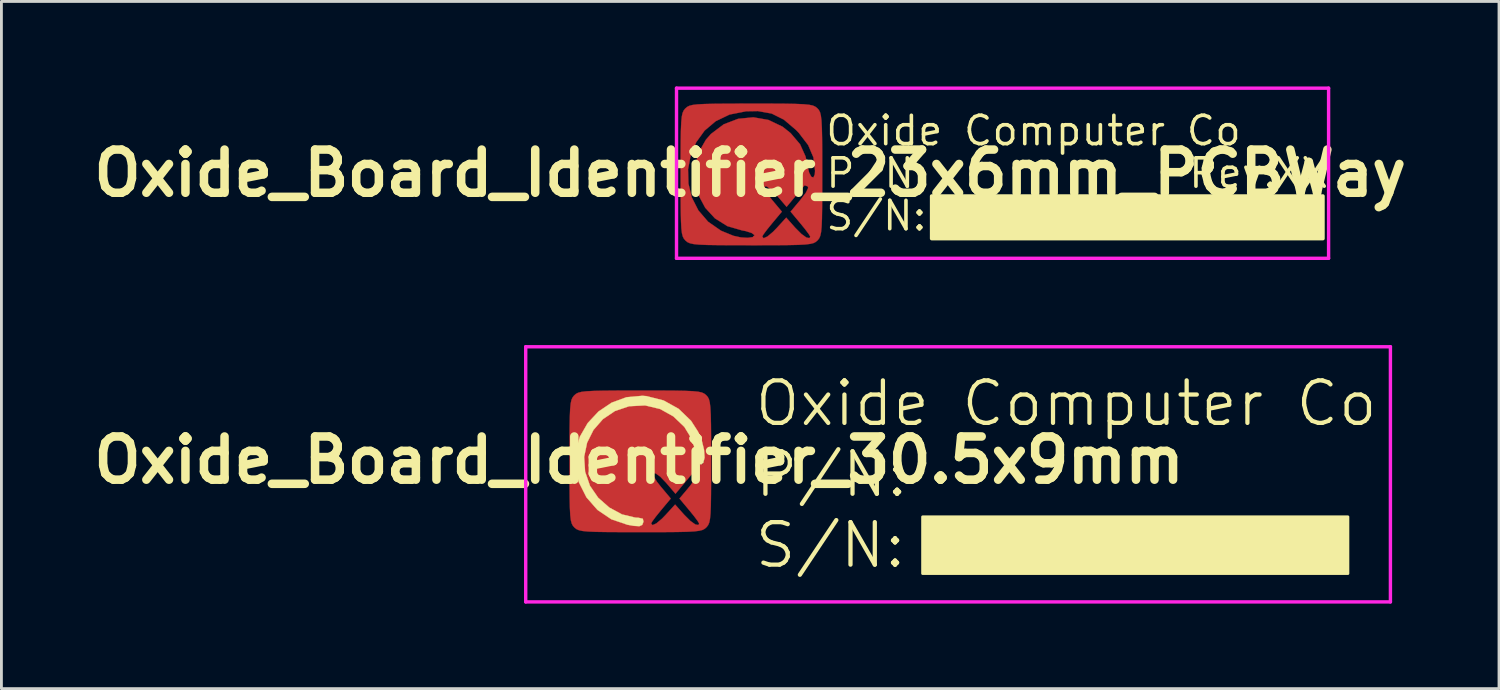
<source format=kicad_pcb>
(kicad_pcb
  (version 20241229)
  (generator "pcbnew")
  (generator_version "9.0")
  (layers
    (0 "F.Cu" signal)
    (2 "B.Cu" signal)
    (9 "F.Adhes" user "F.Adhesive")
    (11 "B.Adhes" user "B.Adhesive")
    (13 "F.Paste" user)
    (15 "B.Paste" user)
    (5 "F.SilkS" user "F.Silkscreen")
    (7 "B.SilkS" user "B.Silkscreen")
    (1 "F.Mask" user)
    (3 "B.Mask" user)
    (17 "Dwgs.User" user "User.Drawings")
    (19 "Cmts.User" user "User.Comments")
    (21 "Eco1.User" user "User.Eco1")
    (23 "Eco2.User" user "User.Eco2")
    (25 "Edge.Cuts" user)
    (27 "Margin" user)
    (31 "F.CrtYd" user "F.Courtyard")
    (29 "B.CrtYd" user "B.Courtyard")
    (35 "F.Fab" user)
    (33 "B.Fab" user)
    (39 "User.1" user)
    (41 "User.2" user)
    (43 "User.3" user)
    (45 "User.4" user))
  (footprint "Oxide_Board_Identifier_23x6mm_PCBWay"
    (layer "F.Cu")
    (at 23.412 3.06)
    (property "Reference" "Oxide_Board_Identifier_23x6mm_PCBWay" (at 0 0 0) (layer "F.SilkS") (effects (font (size 1.524 1.524) (thickness 0.3))))
    (attr exclude_from_pos_files exclude_from_bom)
    (fp_poly (pts (xy 0.705 -2.455) (xy 1.218 -2.452) (xy 1.605 -2.445) (xy 1.884 -2.433) (xy 2.078 -2.414) (xy 2.208 -2.387) (xy 2.293 -2.349) (xy 2.356 -2.301) (xy 2.371 -2.286) (xy 2.423 -2.226) (xy 2.463 -2.148) (xy 2.492 -2.032) (xy 2.513 -1.857) (xy 2.527 -1.601) (xy 2.535 -1.244) (xy 2.539 -0.766) (xy 2.54 -0.144) (xy 2.54 0.042) (xy 2.539 0.705) (xy 2.536 1.218) (xy 2.53 1.605) (xy 2.518 1.884) (xy 2.499 2.078) (xy 2.471 2.208) (xy 2.434 2.293) (xy 2.385 2.356) (xy 2.371 2.371) (xy 2.311 2.423) (xy 2.233 2.463) (xy 2.117 2.492) (xy 1.942 2.513) (xy 1.686 2.527) (xy 1.329 2.535) (xy 0.85 2.539) (xy 0.228 2.54) (xy 0.042 2.54) (xy -0.62 2.539) (xy -1.134 2.536) (xy -1.52 2.53) (xy -1.8 2.518) (xy -1.994 2.499) (xy -2.123 2.471) (xy -2.208 2.434) (xy -2.271 2.385) (xy -2.286 2.371) (xy -2.338 2.311) (xy -2.378 2.233) (xy -2.408 2.117) (xy -2.429 1.942) (xy -2.442 1.686) (xy -2.45 1.329) (xy -2.454 0.85) (xy -2.455 0.228) (xy -2.455 0.042) (xy -2.455 -0.136) (xy -2.193 -0.136) (xy -2.179 0.368) (xy -2.059 0.858) (xy -1.828 1.313) (xy -1.486 1.711) (xy -1.03 2.028) (xy -0.593 2.207) (xy -0.33 2.264) (xy -0.087 2.279) (xy 0.088 2.254) (xy 0.107 2.234) (xy 0.423 2.234) (xy 0.473 2.293) (xy 0.608 2.232) (xy 0.808 2.064) (xy 0.941 1.926) (xy 1.27 1.566) (xy 1.59 1.926) (xy 1.807 2.143) (xy 1.983 2.269) (xy 2.092 2.289) (xy 2.117 2.234) (xy 2.066 2.147) (xy 1.935 1.972) (xy 1.77 1.769) (xy 1.424 1.355) (xy 1.773 0.938) (xy 1.964 0.685) (xy 2.044 0.52) (xy 2.029 0.464) (xy 1.925 0.429) (xy 1.909 0.436) (xy 1.844 0.512) (xy 1.705 0.678) (xy 1.582 0.826) (xy 1.283 1.185) (xy 0.948 0.793) (xy 0.743 0.58) (xy 0.584 0.467) (xy 0.516 0.461) (xy 0.507 0.56) (xy 0.63 0.764) (xy 0.767 0.938) (xy 1.116 1.355) (xy 0.77 1.769) (xy 0.591 1.99) (xy 0.465 2.159) (xy 0.423 2.234) (xy 0.107 2.234) (xy 0.15 2.19) (xy 0.148 2.18) (xy 0.05 2.107) (xy -0.158 2.041) (xy -0.282 2.018) (xy -0.807 1.866) (xy -1.245 1.591) (xy -1.587 1.219) (xy -1.824 0.775) (xy -1.949 0.287) (xy -1.953 -0.22) (xy -1.827 -0.719) (xy -1.562 -1.184) (xy -1.385 -1.385) (xy -0.935 -1.725) (xy -0.425 -1.92) (xy 0.111 -1.972) (xy 0.644 -1.879) (xy 1.141 -1.641) (xy 1.425 -1.414) (xy 1.757 -1.022) (xy 1.952 -0.591) (xy 2.02 -0.269) (xy 2.079 -0.018) (xy 2.156 0.127) (xy 2.23 0.149) (xy 2.278 0.036) (xy 2.286 -0.089) (xy 2.228 -0.561) (xy 2.043 -0.994) (xy 1.715 -1.422) (xy 1.612 -1.529) (xy 1.187 -1.89) (xy 0.756 -2.105) (xy 0.271 -2.192) (xy -0.146 -2.185) (xy -0.729 -2.07) (xy -1.218 -1.835) (xy -1.611 -1.502) (xy -1.906 -1.093) (xy -2.101 -0.63) (xy -2.193 -0.136) (xy -2.455 -0.136) (xy -2.455 -0.62) (xy -2.452 -1.134) (xy -2.445 -1.52) (xy -2.433 -1.8) (xy -2.414 -1.994) (xy -2.387 -2.123) (xy -2.349 -2.208) (xy -2.301 -2.271) (xy -2.286 -2.286) (xy -2.226 -2.338) (xy -2.148 -2.378) (xy -2.032 -2.408) (xy -1.857 -2.429) (xy -1.601 -2.442) (xy -1.244 -2.45) (xy -0.766 -2.454) (xy -0.144 -2.455) (xy 0.042 -2.455) (xy 0.705 -2.455)) (stroke (width 0.01) (type solid)) (fill yes) (layer "F.Cu"))
    (fp_poly (pts (xy 0.705 -2.455) (xy 1.218 -2.452) (xy 1.605 -2.445) (xy 1.884 -2.433) (xy 2.078 -2.414) (xy 2.208 -2.387) (xy 2.293 -2.349) (xy 2.356 -2.301) (xy 2.371 -2.286) (xy 2.423 -2.226) (xy 2.463 -2.148) (xy 2.492 -2.032) (xy 2.513 -1.857) (xy 2.527 -1.601) (xy 2.535 -1.244) (xy 2.539 -0.766) (xy 2.54 -0.144) (xy 2.54 0.042) (xy 2.539 0.705) (xy 2.536 1.218) (xy 2.53 1.605) (xy 2.518 1.884) (xy 2.499 2.078) (xy 2.471 2.208) (xy 2.434 2.293) (xy 2.385 2.356) (xy 2.371 2.371) (xy 2.311 2.423) (xy 2.233 2.463) (xy 2.117 2.492) (xy 1.942 2.513) (xy 1.686 2.527) (xy 1.329 2.535) (xy 0.85 2.539) (xy 0.228 2.54) (xy 0.042 2.54) (xy -0.62 2.539) (xy -1.134 2.536) (xy -1.52 2.53) (xy -1.8 2.518) (xy -1.994 2.499) (xy -2.123 2.471) (xy -2.208 2.434) (xy -2.271 2.385) (xy -2.286 2.371) (xy -2.338 2.311) (xy -2.378 2.233) (xy -2.408 2.117) (xy -2.429 1.942) (xy -2.442 1.686) (xy -2.45 1.329) (xy -2.454 0.85) (xy -2.455 0.228) (xy -2.455 0.042) (xy -2.455 -0.136) (xy -2.193 -0.136) (xy -2.179 0.368) (xy -2.059 0.858) (xy -1.828 1.313) (xy -1.486 1.711) (xy -1.03 2.028) (xy -0.593 2.207) (xy -0.33 2.264) (xy -0.087 2.279) (xy 0.088 2.254) (xy 0.107 2.234) (xy 0.423 2.234) (xy 0.473 2.293) (xy 0.608 2.232) (xy 0.808 2.064) (xy 0.941 1.926) (xy 1.27 1.566) (xy 1.59 1.926) (xy 1.807 2.143) (xy 1.983 2.269) (xy 2.092 2.289) (xy 2.117 2.234) (xy 2.066 2.147) (xy 1.935 1.972) (xy 1.77 1.769) (xy 1.424 1.355) (xy 1.773 0.938) (xy 1.964 0.685) (xy 2.044 0.52) (xy 2.029 0.464) (xy 1.925 0.429) (xy 1.909 0.436) (xy 1.844 0.512) (xy 1.705 0.678) (xy 1.582 0.826) (xy 1.283 1.185) (xy 0.948 0.793) (xy 0.743 0.58) (xy 0.584 0.467) (xy 0.516 0.461) (xy 0.507 0.56) (xy 0.63 0.764) (xy 0.767 0.938) (xy 1.116 1.355) (xy 0.77 1.769) (xy 0.591 1.99) (xy 0.465 2.159) (xy 0.423 2.234) (xy 0.107 2.234) (xy 0.15 2.19) (xy 0.148 2.18) (xy 0.05 2.107) (xy -0.158 2.041) (xy -0.282 2.018) (xy -0.807 1.866) (xy -1.245 1.591) (xy -1.587 1.219) (xy -1.824 0.775) (xy -1.949 0.287) (xy -1.953 -0.22) (xy -1.827 -0.719) (xy -1.562 -1.184) (xy -1.385 -1.385) (xy -0.935 -1.725) (xy -0.425 -1.92) (xy 0.111 -1.972) (xy 0.644 -1.879) (xy 1.141 -1.641) (xy 1.425 -1.414) (xy 1.757 -1.022) (xy 1.952 -0.591) (xy 2.02 -0.269) (xy 2.079 -0.018) (xy 2.156 0.127) (xy 2.23 0.149) (xy 2.278 0.036) (xy 2.286 -0.089) (xy 2.228 -0.561) (xy 2.043 -0.994) (xy 1.715 -1.422) (xy 1.612 -1.529) (xy 1.187 -1.89) (xy 0.756 -2.105) (xy 0.271 -2.192) (xy -0.146 -2.185) (xy -0.729 -2.07) (xy -1.218 -1.835) (xy -1.611 -1.502) (xy -1.906 -1.093) (xy -2.101 -0.63) (xy -2.193 -0.136) (xy -2.455 -0.136) (xy -2.455 -0.62) (xy -2.452 -1.134) (xy -2.445 -1.52) (xy -2.433 -1.8) (xy -2.414 -1.994) (xy -2.387 -2.123) (xy -2.349 -2.208) (xy -2.301 -2.271) (xy -2.286 -2.286) (xy -2.226 -2.338) (xy -2.148 -2.378) (xy -2.032 -2.408) (xy -1.857 -2.429) (xy -1.601 -2.442) (xy -1.244 -2.45) (xy -0.766 -2.454) (xy -0.144 -2.455) (xy 0.042 -2.455) (xy 0.705 -2.455)) (stroke (width 0.01) (type solid)) (fill yes) (layer "F.Mask"))
    (fp_poly (pts (xy 20.2 2.305) (xy 6.4 2.305) (xy 6.4 0.805) (xy 20.2 0.805)) (stroke (width 0.127) (type solid)) (fill yes) (layer "F.SilkS"))
    (fp_line (start -2.6 -3) (end 20.4 -3) (stroke (width 0.12) (type solid)) (layer "F.CrtYd"))
    (fp_line (start -2.6 3) (end -2.6 -3) (stroke (width 0.12) (type solid)) (layer "F.CrtYd"))
    (fp_line (start 20.4 -3) (end 20.4 3) (stroke (width 0.12) (type solid)) (layer "F.CrtYd"))
    (fp_line (start 20.4 3) (end -2.6 3) (stroke (width 0.12) (type solid)) (layer "F.CrtYd"))
    (fp_text user "P/N:" (at 2.6 0 0) (layer "F.SilkS") (effects (font (size 1 1) (thickness 0.127)) (justify left)))
    (fp_text user "XX" (at 18.4 0 0) (layer "F.SilkS") (effects (font (size 1 1) (thickness 0.127)) (justify left)))
    (fp_text user "Oxide Computer Co" (at 2.6 -1.5 0) (layer "F.SilkS") (effects (font (size 1 1) (thickness 0.127)) (justify left)))
    (fp_text user "S/N:" (at 2.6 1.5 0) (layer "F.SilkS") (effects (font (size 1 1) (thickness 0.127)) (justify left)))
    (fp_text user "Rev:" (at 15.4 0 0) (layer "F.SilkS") (effects (font (size 1 1) (thickness 0.127)) (justify left))))
  (footprint "Oxide_Board_Identifier_30.5x9mm"
    (layer "F.Cu")
    (at 19.493 13.18)
    (property "Reference" "Oxide_Board_Identifier_30.5x9mm" (at 0 0 0) (layer "F.SilkS") (effects (font (size 1.524 1.524) (thickness 0.3))))
    (attr exclude_from_pos_files exclude_from_bom)
    (fp_poly (pts (xy 0.705 -2.455) (xy 1.218 -2.452) (xy 1.605 -2.445) (xy 1.884 -2.433) (xy 2.078 -2.414) (xy 2.208 -2.387) (xy 2.293 -2.349) (xy 2.356 -2.301) (xy 2.371 -2.286) (xy 2.423 -2.226) (xy 2.463 -2.148) (xy 2.492 -2.032) (xy 2.513 -1.857) (xy 2.527 -1.601) (xy 2.535 -1.244) (xy 2.539 -0.766) (xy 2.54 -0.144) (xy 2.54 0.042) (xy 2.539 0.705) (xy 2.536 1.218) (xy 2.53 1.605) (xy 2.518 1.884) (xy 2.499 2.078) (xy 2.471 2.208) (xy 2.434 2.293) (xy 2.385 2.356) (xy 2.371 2.371) (xy 2.311 2.423) (xy 2.233 2.463) (xy 2.117 2.492) (xy 1.942 2.513) (xy 1.686 2.527) (xy 1.329 2.535) (xy 0.85 2.539) (xy 0.228 2.54) (xy 0.042 2.54) (xy -0.62 2.539) (xy -1.134 2.536) (xy -1.52 2.53) (xy -1.8 2.518) (xy -1.994 2.499) (xy -2.123 2.471) (xy -2.208 2.434) (xy -2.271 2.385) (xy -2.286 2.371) (xy -2.338 2.311) (xy -2.378 2.233) (xy -2.408 2.117) (xy -2.429 1.942) (xy -2.442 1.686) (xy -2.45 1.329) (xy -2.454 0.85) (xy -2.455 0.228) (xy -2.455 0.042) (xy -2.455 -0.136) (xy -2.193 -0.136) (xy -2.179 0.368) (xy -2.059 0.858) (xy -1.828 1.313) (xy -1.486 1.711) (xy -1.03 2.028) (xy -0.593 2.207) (xy -0.33 2.264) (xy -0.087 2.279) (xy 0.088 2.254) (xy 0.107 2.234) (xy 0.423 2.234) (xy 0.473 2.293) (xy 0.608 2.232) (xy 0.808 2.064) (xy 0.941 1.926) (xy 1.27 1.566) (xy 1.59 1.926) (xy 1.807 2.143) (xy 1.983 2.269) (xy 2.092 2.289) (xy 2.117 2.234) (xy 2.066 2.147) (xy 1.935 1.972) (xy 1.77 1.769) (xy 1.424 1.355) (xy 1.773 0.938) (xy 1.964 0.685) (xy 2.044 0.52) (xy 2.029 0.464) (xy 1.925 0.429) (xy 1.909 0.436) (xy 1.844 0.512) (xy 1.705 0.678) (xy 1.582 0.826) (xy 1.283 1.185) (xy 0.948 0.793) (xy 0.743 0.58) (xy 0.584 0.467) (xy 0.516 0.461) (xy 0.507 0.56) (xy 0.63 0.764) (xy 0.767 0.938) (xy 1.116 1.355) (xy 0.77 1.769) (xy 0.591 1.99) (xy 0.465 2.159) (xy 0.423 2.234) (xy 0.107 2.234) (xy 0.15 2.19) (xy 0.148 2.18) (xy 0.05 2.107) (xy -0.158 2.041) (xy -0.282 2.018) (xy -0.807 1.866) (xy -1.245 1.591) (xy -1.587 1.219) (xy -1.824 0.775) (xy -1.949 0.287) (xy -1.953 -0.22) (xy -1.827 -0.719) (xy -1.562 -1.184) (xy -1.385 -1.385) (xy -0.935 -1.725) (xy -0.425 -1.92) (xy 0.111 -1.972) (xy 0.644 -1.879) (xy 1.141 -1.641) (xy 1.425 -1.414) (xy 1.757 -1.022) (xy 1.952 -0.591) (xy 2.02 -0.269) (xy 2.079 -0.018) (xy 2.156 0.127) (xy 2.23 0.149) (xy 2.278 0.036) (xy 2.286 -0.089) (xy 2.228 -0.561) (xy 2.043 -0.994) (xy 1.715 -1.422) (xy 1.612 -1.529) (xy 1.187 -1.89) (xy 0.756 -2.105) (xy 0.271 -2.192) (xy -0.146 -2.185) (xy -0.729 -2.07) (xy -1.218 -1.835) (xy -1.611 -1.502) (xy -1.906 -1.093) (xy -2.101 -0.63) (xy -2.193 -0.136) (xy -2.455 -0.136) (xy -2.455 -0.62) (xy -2.452 -1.134) (xy -2.445 -1.52) (xy -2.433 -1.8) (xy -2.414 -1.994) (xy -2.387 -2.123) (xy -2.349 -2.208) (xy -2.301 -2.271) (xy -2.286 -2.286) (xy -2.226 -2.338) (xy -2.148 -2.378) (xy -2.032 -2.408) (xy -1.857 -2.429) (xy -1.601 -2.442) (xy -1.244 -2.45) (xy -0.766 -2.454) (xy -0.144 -2.455) (xy 0.042 -2.455) (xy 0.705 -2.455)) (stroke (width 0.01) (type solid)) (fill yes) (layer "F.Cu"))
    (fp_poly (pts (xy 0.705 -2.455) (xy 1.218 -2.452) (xy 1.605 -2.445) (xy 1.884 -2.433) (xy 2.078 -2.414) (xy 2.208 -2.387) (xy 2.293 -2.349) (xy 2.356 -2.301) (xy 2.371 -2.286) (xy 2.423 -2.226) (xy 2.463 -2.148) (xy 2.492 -2.032) (xy 2.513 -1.857) (xy 2.527 -1.601) (xy 2.535 -1.244) (xy 2.539 -0.766) (xy 2.54 -0.144) (xy 2.54 0.042) (xy 2.539 0.705) (xy 2.536 1.218) (xy 2.53 1.605) (xy 2.518 1.884) (xy 2.499 2.078) (xy 2.471 2.208) (xy 2.434 2.293) (xy 2.385 2.356) (xy 2.371 2.371) (xy 2.311 2.423) (xy 2.233 2.463) (xy 2.117 2.492) (xy 1.942 2.513) (xy 1.686 2.527) (xy 1.329 2.535) (xy 0.85 2.539) (xy 0.228 2.54) (xy 0.042 2.54) (xy -0.62 2.539) (xy -1.134 2.536) (xy -1.52 2.53) (xy -1.8 2.518) (xy -1.994 2.499) (xy -2.123 2.471) (xy -2.208 2.434) (xy -2.271 2.385) (xy -2.286 2.371) (xy -2.338 2.311) (xy -2.378 2.233) (xy -2.408 2.117) (xy -2.429 1.942) (xy -2.442 1.686) (xy -2.45 1.329) (xy -2.454 0.85) (xy -2.455 0.228) (xy -2.455 0.042) (xy -2.455 -0.136) (xy -2.193 -0.136) (xy -2.179 0.368) (xy -2.059 0.858) (xy -1.828 1.313) (xy -1.486 1.711) (xy -1.03 2.028) (xy -0.593 2.207) (xy -0.33 2.264) (xy -0.087 2.279) (xy 0.088 2.254) (xy 0.107 2.234) (xy 0.423 2.234) (xy 0.473 2.293) (xy 0.608 2.232) (xy 0.808 2.064) (xy 0.941 1.926) (xy 1.27 1.566) (xy 1.59 1.926) (xy 1.807 2.143) (xy 1.983 2.269) (xy 2.092 2.289) (xy 2.117 2.234) (xy 2.066 2.147) (xy 1.935 1.972) (xy 1.77 1.769) (xy 1.424 1.355) (xy 1.773 0.938) (xy 1.964 0.685) (xy 2.044 0.52) (xy 2.029 0.464) (xy 1.925 0.429) (xy 1.909 0.436) (xy 1.844 0.512) (xy 1.705 0.678) (xy 1.582 0.826) (xy 1.283 1.185) (xy 0.948 0.793) (xy 0.743 0.58) (xy 0.584 0.467) (xy 0.516 0.461) (xy 0.507 0.56) (xy 0.63 0.764) (xy 0.767 0.938) (xy 1.116 1.355) (xy 0.77 1.769) (xy 0.591 1.99) (xy 0.465 2.159) (xy 0.423 2.234) (xy 0.107 2.234) (xy 0.15 2.19) (xy 0.148 2.18) (xy 0.05 2.107) (xy -0.158 2.041) (xy -0.282 2.018) (xy -0.807 1.866) (xy -1.245 1.591) (xy -1.587 1.219) (xy -1.824 0.775) (xy -1.949 0.287) (xy -1.953 -0.22) (xy -1.827 -0.719) (xy -1.562 -1.184) (xy -1.385 -1.385) (xy -0.935 -1.725) (xy -0.425 -1.92) (xy 0.111 -1.972) (xy 0.644 -1.879) (xy 1.141 -1.641) (xy 1.425 -1.414) (xy 1.757 -1.022) (xy 1.952 -0.591) (xy 2.02 -0.269) (xy 2.079 -0.018) (xy 2.156 0.127) (xy 2.23 0.149) (xy 2.278 0.036) (xy 2.286 -0.089) (xy 2.228 -0.561) (xy 2.043 -0.994) (xy 1.715 -1.422) (xy 1.612 -1.529) (xy 1.187 -1.89) (xy 0.756 -2.105) (xy 0.271 -2.192) (xy -0.146 -2.185) (xy -0.729 -2.07) (xy -1.218 -1.835) (xy -1.611 -1.502) (xy -1.906 -1.093) (xy -2.101 -0.63) (xy -2.193 -0.136) (xy -2.455 -0.136) (xy -2.455 -0.62) (xy -2.452 -1.134) (xy -2.445 -1.52) (xy -2.433 -1.8) (xy -2.414 -1.994) (xy -2.387 -2.123) (xy -2.349 -2.208) (xy -2.301 -2.271) (xy -2.286 -2.286) (xy -2.226 -2.338) (xy -2.148 -2.378) (xy -2.032 -2.408) (xy -1.857 -2.429) (xy -1.601 -2.442) (xy -1.244 -2.45) (xy -0.766 -2.454) (xy -0.144 -2.455) (xy 0.042 -2.455) (xy 0.705 -2.455)) (stroke (width 0.01) (type solid)) (fill yes) (layer "F.Mask"))
    (fp_poly (pts (xy 25 4) (xy 10 4) (xy 10 2) (xy 25 2)) (stroke (width 0.1) (type solid)) (fill yes) (layer "F.SilkS"))
    (fp_poly (pts (xy 0.262 -2.258) (xy 0.862 -2.106) (xy 1.393 -1.811) (xy 1.83 -1.39) (xy 2.08 -1.002) (xy 2.213 -0.681) (xy 2.29 -0.365) (xy 2.309 -0.094) (xy 2.266 0.091) (xy 2.192 0.149) (xy 2.1 0.127) (xy 2.043 -0.008) (xy 2.011 -0.211) (xy 1.873 -0.719) (xy 1.596 -1.172) (xy 1.209 -1.542) (xy 0.74 -1.804) (xy 0.218 -1.929) (xy 0.206 -1.93) (xy -0.353 -1.901) (xy -0.853 -1.732) (xy -1.277 -1.446) (xy -1.609 -1.066) (xy -1.835 -0.615) (xy -1.939 -0.116) (xy -1.905 0.409) (xy -1.732 0.908) (xy -1.444 1.326) (xy -1.053 1.671) (xy -0.602 1.914) (xy -0.135 2.027) (xy -0.025 2.032) (xy 0.131 2.067) (xy 0.154 2.173) (xy 0.11 2.284) (xy 0.009 2.33) (xy -0.19 2.318) (xy -0.411 2.279) (xy -0.979 2.086) (xy -1.468 1.756) (xy -1.858 1.312) (xy -2.129 0.774) (xy -2.248 0.279) (xy -2.244 -0.288) (xy -2.092 -0.824) (xy -1.814 -1.307) (xy -1.433 -1.715) (xy -0.97 -2.027) (xy -0.446 -2.219) (xy 0.116 -2.27) (xy 0.262 -2.258)) (stroke (width 0.01) (type solid)) (fill yes) (layer "F.SilkS"))
    (fp_line (start -4 -4) (end 26.5 -4) (stroke (width 0.12) (type solid)) (layer "F.CrtYd"))
    (fp_line (start -4 5) (end -4 -4) (stroke (width 0.12) (type solid)) (layer "F.CrtYd"))
    (fp_line (start 26.5 -4) (end 26.5 5) (stroke (width 0.12) (type solid)) (layer "F.CrtYd"))
    (fp_line (start 26.5 5) (end -4 5) (stroke (width 0.12) (type solid)) (layer "F.CrtYd"))
    (fp_text user "Oxide Computer Co" (at 4 -2 0) (layer "F.SilkS") (effects (font (size 1.5 1.5) (thickness 0.15)) (justify left)))
    (fp_text user "P/N:" (at 4 0.5 0) (layer "F.SilkS") (effects (font (size 1.5 1.5) (thickness 0.15)) (justify left)))
    (fp_text user "S/N:" (at 4 3 0) (layer "F.SilkS") (effects (font (size 1.5 1.5) (thickness 0.15)) (justify left))))
  (gr_rect
    (start -3 -3)
    (end 49.823 21.24)
    (stroke (width 0.1) (type default))
    (fill no)
    (layer "Edge.Cuts")))
</source>
